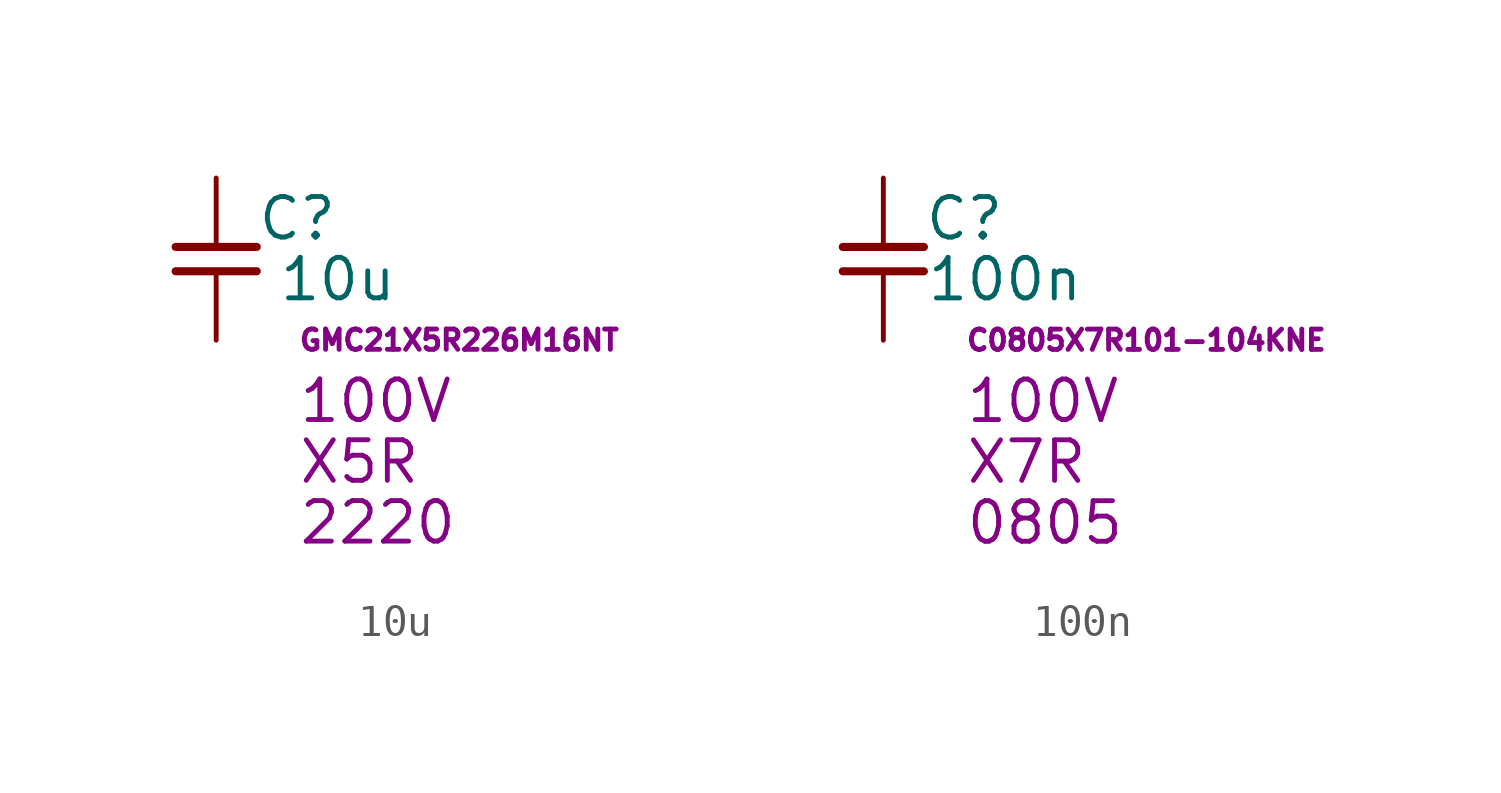
<source format=kicad_sym>
(kicad_symbol_lib
  (version 20210619)
  (generator kicad_symbol_editor)
  (symbol "ulib_Capacitor_SMD_100V:10u"
    (pin_numbers hide)
    (pin_names hide)
    (property "Reference" "C"
      (at 2.54 1.27 0)
      (effects (font (size 1.27 1.27))))
    (property "Value" "10u"
      (at 3.81 -0.635 0)
      (effects (font (size 1.27 1.27))))
    (property "Mfr PN" "GMC21X5R226M16NT"
      (at 2.54 -2.54 0)
      (effects (font (size 0.635 0.635)) (justify left)))
    (property "Voltage" "100V"
      (at 2.54 -4.445 0)
      (effects (font (size 1.27 1.27)) (justify left)))
    (property "Dielectric" "X5R"
      (at 2.54 -6.35 0)
      (effects (font (size 1.27 1.27)) (justify left)))
    (property "Package" "2220"
      (at 2.54 -8.255 0)
      (effects (font (size 1.27 1.27)) (justify left)))
    (symbol "10u_0_1"
      (polyline (pts (xy -1.27 -0.381) (xy 1.27 -0.381)) (stroke (width 0.254)) (fill (type none)))
      (polyline (pts (xy -1.27 0.381) (xy 1.27 0.381)) (stroke (width 0.254)) (fill (type none))))
    (symbol "10u_1_1"
      (pin passive line (at 0 2.54 270) (length 2.1) (name "+" (effects (font (size 1.27 1.27)))) (number "1" (effects (font (size 1.27 1.27)))))
      (pin passive line (at 0 -2.54 90) (length 2.1) (name "-" (effects (font (size 1.27 1.27)))) (number "2" (effects (font (size 1.27 1.27)))))))
  (symbol "ulib_Capacitor_SMD_100V:100n"
    (pin_numbers hide)
    (pin_names hide)
    (property "Reference" "C"
      (at 2.54 1.27 0)
      (effects (font (size 1.27 1.27))))
    (property "Value" "100n"
      (at 3.81 -0.635 0)
      (effects (font (size 1.27 1.27))))
    (property "Mfr PN" "C0805X7R101-104KNE"
      (at 2.54 -2.54 0)
      (effects (font (size 0.635 0.635)) (justify left)))
    (property "Voltage" "100V"
      (at 2.54 -4.445 0)
      (effects (font (size 1.27 1.27)) (justify left)))
    (property "Dielectric" "X7R"
      (at 2.54 -6.35 0)
      (effects (font (size 1.27 1.27)) (justify left)))
    (property "Package" "0805"
      (at 2.54 -8.255 0)
      (effects (font (size 1.27 1.27)) (justify left)))
    (symbol "100n_0_1"
      (polyline (pts (xy -1.27 -0.381) (xy 1.27 -0.381)) (stroke (width 0.254)) (fill (type none)))
      (polyline (pts (xy -1.27 0.381) (xy 1.27 0.381)) (stroke (width 0.254)) (fill (type none))))
    (symbol "100n_1_1"
      (pin passive line (at 0 2.54 270) (length 2.1) (name "+" (effects (font (size 1.27 1.27)))) (number "1" (effects (font (size 1.27 1.27)))))
      (pin passive line (at 0 -2.54 90) (length 2.1) (name "-" (effects (font (size 1.27 1.27)))) (number "2" (effects (font (size 1.27 1.27))))))))
</source>
